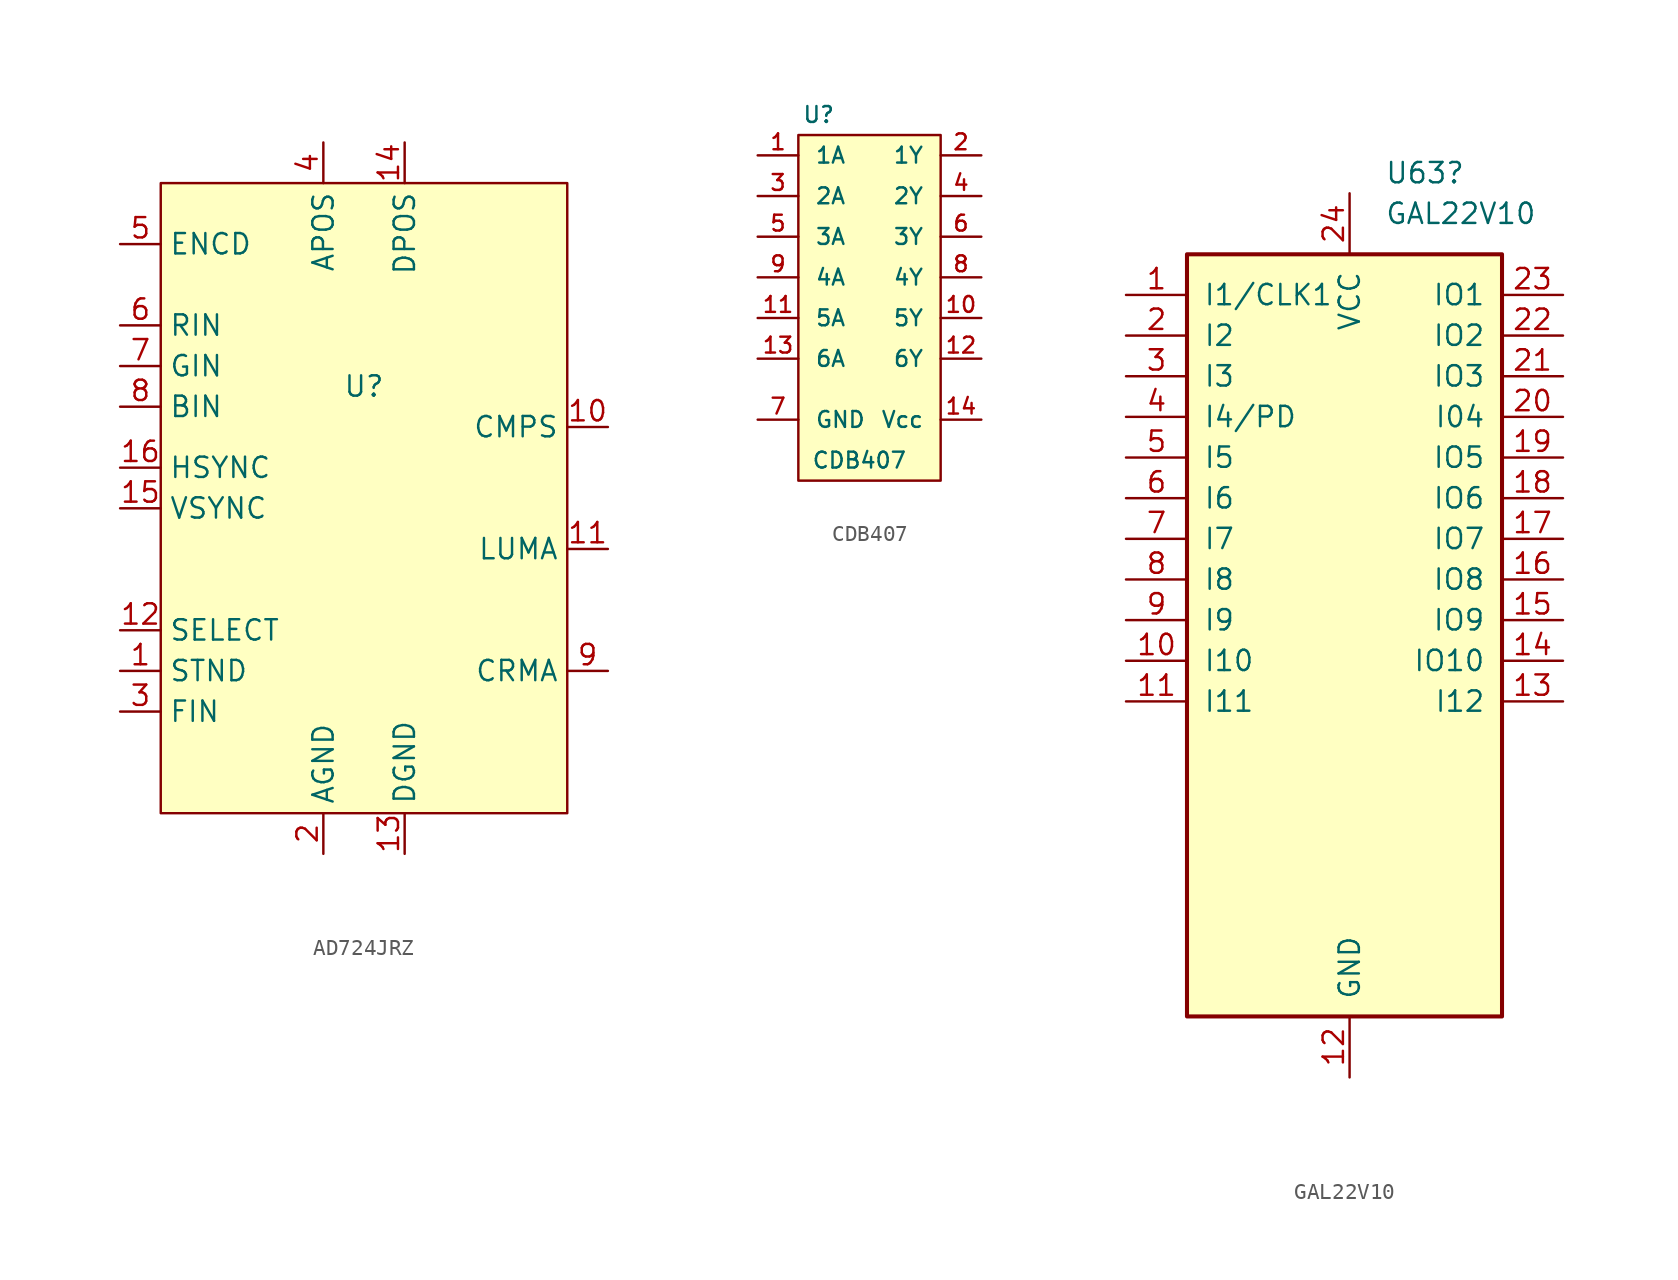
<source format=kicad_sym>
(kicad_symbol_lib
  (version 20220914)
  (generator kicad_symbol_editor)
  (symbol "AD724JRZ"
    (property "Reference" "U"
      (at 0 5.08 0)
      (effects (font (size 1.27 1.27))))
    (property "Value" ""
      (at 0 5.08 0)
      (effects (font (size 1.27 1.27))))
    (symbol "AD724JRZ_1_1"
      (rectangle (start -12.7 17.78) (end 12.7 -21.59) (stroke (width 0) (type default)) (fill (type background)))
      (pin input line (at -15.24 -12.7 0) (length 2.54) (name "STND" (effects (font (size 1.27 1.27)))) (number "1" (effects (font (size 1.27 1.27)))))
      (pin output line (at 15.24 2.54 180) (length 2.54) (name "CMPS" (effects (font (size 1.27 1.27)))) (number "10" (effects (font (size 1.27 1.27)))))
      (pin output line (at 15.24 -5.08 180) (length 2.54) (name "LUMA" (effects (font (size 1.27 1.27)))) (number "11" (effects (font (size 1.27 1.27)))))
      (pin input line (at -15.24 -10.16 0) (length 2.54) (name "SELECT" (effects (font (size 1.27 1.27)))) (number "12" (effects (font (size 1.27 1.27)))))
      (pin passive line (at 2.54 -24.13 90) (length 2.54) (name "DGND" (effects (font (size 1.27 1.27)))) (number "13" (effects (font (size 1.27 1.27)))))
      (pin power_in line (at 2.54 20.32 270) (length 2.54) (name "DPOS" (effects (font (size 1.27 1.27)))) (number "14" (effects (font (size 1.27 1.27)))))
      (pin input line (at -15.24 -2.54 0) (length 2.54) (name "VSYNC" (effects (font (size 1.27 1.27)))) (number "15" (effects (font (size 1.27 1.27)))))
      (pin input line (at -15.24 0 0) (length 2.54) (name "HSYNC" (effects (font (size 1.27 1.27)))) (number "16" (effects (font (size 1.27 1.27)))))
      (pin passive line (at -2.54 -24.13 90) (length 2.54) (name "AGND" (effects (font (size 1.27 1.27)))) (number "2" (effects (font (size 1.27 1.27)))))
      (pin input line (at -15.24 -15.24 0) (length 2.54) (name "FIN" (effects (font (size 1.27 1.27)))) (number "3" (effects (font (size 1.27 1.27)))))
      (pin power_in line (at -2.54 20.32 270) (length 2.54) (name "APOS" (effects (font (size 1.27 1.27)))) (number "4" (effects (font (size 1.27 1.27)))))
      (pin input line (at -15.24 13.97 0) (length 2.54) (name "ENCD" (effects (font (size 1.27 1.27)))) (number "5" (effects (font (size 1.27 1.27)))))
      (pin input line (at -15.24 8.89 0) (length 2.54) (name "RIN" (effects (font (size 1.27 1.27)))) (number "6" (effects (font (size 1.27 1.27)))))
      (pin input line (at -15.24 6.35 0) (length 2.54) (name "GIN" (effects (font (size 1.27 1.27)))) (number "7" (effects (font (size 1.27 1.27)))))
      (pin input line (at -15.24 3.81 0) (length 2.54) (name "BIN" (effects (font (size 1.27 1.27)))) (number "8" (effects (font (size 1.27 1.27)))))
      (pin output line (at 15.24 -12.7 180) (length 2.54) (name "CRMA" (effects (font (size 1.27 1.27)))) (number "9" (effects (font (size 1.27 1.27)))))))
  (symbol "CDB407"
    (pin_names
      (offset 1.016))
    (property "Reference" "U"
      (at -3.81 1.27 0)
      (effects (font (size 0.991 0.991))))
    (property "Value" "CDB407"
      (at -1.27 -20.32 0)
      (effects (font (size 0.991 0.991))))
    (symbol "CDB407_1_1"
      (rectangle (start -5.08 0) (end 3.81 -21.59) (stroke (width 0) (type solid)) (fill (type background)))
      (pin input line (at -7.62 -1.27 0) (length 2.54) (name "1A" (effects (font (size 0.991 0.991)))) (number "1" (effects (font (size 0.991 0.991)))))
      (pin open_collector line (at 6.35 -11.43 180) (length 2.54) (name "5Y" (effects (font (size 0.991 0.991)))) (number "10" (effects (font (size 0.991 0.991)))))
      (pin input line (at -7.62 -11.43 0) (length 2.54) (name "5A" (effects (font (size 0.991 0.991)))) (number "11" (effects (font (size 0.991 0.991)))))
      (pin open_collector line (at 6.35 -13.97 180) (length 2.54) (name "6Y" (effects (font (size 0.991 0.991)))) (number "12" (effects (font (size 0.991 0.991)))))
      (pin input line (at -7.62 -13.97 0) (length 2.54) (name "6A" (effects (font (size 0.991 0.991)))) (number "13" (effects (font (size 0.991 0.991)))))
      (pin power_in line (at 6.35 -17.78 180) (length 2.54) (name "Vcc" (effects (font (size 0.991 0.991)))) (number "14" (effects (font (size 0.991 0.991)))))
      (pin open_collector line (at 6.35 -1.27 180) (length 2.54) (name "1Y" (effects (font (size 0.991 0.991)))) (number "2" (effects (font (size 0.991 0.991)))))
      (pin input line (at -7.62 -3.81 0) (length 2.54) (name "2A" (effects (font (size 0.991 0.991)))) (number "3" (effects (font (size 0.991 0.991)))))
      (pin open_collector line (at 6.35 -3.81 180) (length 2.54) (name "2Y" (effects (font (size 0.991 0.991)))) (number "4" (effects (font (size 0.991 0.991)))))
      (pin input line (at -7.62 -6.35 0) (length 2.54) (name "3A" (effects (font (size 0.991 0.991)))) (number "5" (effects (font (size 0.991 0.991)))))
      (pin open_collector line (at 6.35 -6.35 180) (length 2.54) (name "3Y" (effects (font (size 0.991 0.991)))) (number "6" (effects (font (size 0.991 0.991)))))
      (pin power_in line (at -7.62 -17.78 0) (length 2.54) (name "GND" (effects (font (size 0.991 0.991)))) (number "7" (effects (font (size 0.991 0.991)))))
      (pin open_collector line (at 6.35 -8.89 180) (length 2.54) (name "4Y" (effects (font (size 0.991 0.991)))) (number "8" (effects (font (size 0.991 0.991)))))
      (pin input line (at -7.62 -8.89 0) (length 2.54) (name "4A" (effects (font (size 0.991 0.991)))) (number "9" (effects (font (size 0.991 0.991)))))))
  (symbol "GAL22V10"
    (pin_names
      (offset 1.016))
    (property "Reference" "U63"
      (at 3.464 20.32 0)
      (effects (font (size 1.27 1.27)) (justify left)))
    (property "Value" "GAL22V10"
      (at 3.464 17.78 0)
      (effects (font (size 1.27 1.27)) (justify left)))
    (symbol "GAL22V10_0_0"
      (pin power_in line (at 1.27 -36.195 90) (length 3.81) (name "GND" (effects (font (size 1.27 1.27)))) (number "12" (effects (font (size 1.27 1.27)))))
      (pin power_in line (at 1.27 19.05 270) (length 3.81) (name "VCC" (effects (font (size 1.27 1.27)))) (number "24" (effects (font (size 1.27 1.27))))))
    (symbol "GAL22V10_0_1"
      (rectangle (start -8.89 15.24) (end 10.795 -32.385) (stroke (width 0.254) (type default)) (fill (type background))))
    (symbol "GAL22V10_1_1"
      (pin input line (at -12.7 12.7 0) (length 3.81) (name "I1/CLK1" (effects (font (size 1.27 1.27)))) (number "1" (effects (font (size 1.27 1.27)))))
      (pin input line (at -12.7 -10.16 0) (length 3.81) (name "I10" (effects (font (size 1.27 1.27)))) (number "10" (effects (font (size 1.27 1.27)))))
      (pin input line (at -12.7 -12.7 0) (length 3.81) (name "I11" (effects (font (size 1.27 1.27)))) (number "11" (effects (font (size 1.27 1.27)))))
      (pin input line (at 14.605 -12.7 180) (length 3.81) (name "I12" (effects (font (size 1.27 1.27)))) (number "13" (effects (font (size 1.27 1.27)))))
      (pin tri_state line (at 14.605 -10.16 180) (length 3.81) (name "IO10" (effects (font (size 1.27 1.27)))) (number "14" (effects (font (size 1.27 1.27)))))
      (pin tri_state line (at 14.605 -7.62 180) (length 3.81) (name "IO9" (effects (font (size 1.27 1.27)))) (number "15" (effects (font (size 1.27 1.27)))))
      (pin tri_state line (at 14.605 -5.08 180) (length 3.81) (name "IO8" (effects (font (size 1.27 1.27)))) (number "16" (effects (font (size 1.27 1.27)))))
      (pin tri_state line (at 14.605 -2.54 180) (length 3.81) (name "IO7" (effects (font (size 1.27 1.27)))) (number "17" (effects (font (size 1.27 1.27)))))
      (pin tri_state line (at 14.605 0 180) (length 3.81) (name "IO6" (effects (font (size 1.27 1.27)))) (number "18" (effects (font (size 1.27 1.27)))))
      (pin tri_state line (at 14.605 2.54 180) (length 3.81) (name "IO5" (effects (font (size 1.27 1.27)))) (number "19" (effects (font (size 1.27 1.27)))))
      (pin input line (at -12.7 10.16 0) (length 3.81) (name "I2" (effects (font (size 1.27 1.27)))) (number "2" (effects (font (size 1.27 1.27)))))
      (pin tri_state line (at 14.605 5.08 180) (length 3.81) (name "I04" (effects (font (size 1.27 1.27)))) (number "20" (effects (font (size 1.27 1.27)))))
      (pin tri_state line (at 14.605 7.62 180) (length 3.81) (name "IO3" (effects (font (size 1.27 1.27)))) (number "21" (effects (font (size 1.27 1.27)))))
      (pin tri_state line (at 14.605 10.16 180) (length 3.81) (name "IO2" (effects (font (size 1.27 1.27)))) (number "22" (effects (font (size 1.27 1.27)))))
      (pin tri_state line (at 14.605 12.7 180) (length 3.81) (name "IO1" (effects (font (size 1.27 1.27)))) (number "23" (effects (font (size 1.27 1.27)))))
      (pin input line (at -12.7 7.62 0) (length 3.81) (name "I3" (effects (font (size 1.27 1.27)))) (number "3" (effects (font (size 1.27 1.27)))))
      (pin input line (at -12.7 5.08 0) (length 3.81) (name "I4/PD" (effects (font (size 1.27 1.27)))) (number "4" (effects (font (size 1.27 1.27)))))
      (pin input line (at -12.7 2.54 0) (length 3.81) (name "I5" (effects (font (size 1.27 1.27)))) (number "5" (effects (font (size 1.27 1.27)))))
      (pin input line (at -12.7 0 0) (length 3.81) (name "I6" (effects (font (size 1.27 1.27)))) (number "6" (effects (font (size 1.27 1.27)))))
      (pin input line (at -12.7 -2.54 0) (length 3.81) (name "I7" (effects (font (size 1.27 1.27)))) (number "7" (effects (font (size 1.27 1.27)))))
      (pin input line (at -12.7 -5.08 0) (length 3.81) (name "I8" (effects (font (size 1.27 1.27)))) (number "8" (effects (font (size 1.27 1.27)))))
      (pin input line (at -12.7 -7.62 0) (length 3.81) (name "I9" (effects (font (size 1.27 1.27)))) (number "9" (effects (font (size 1.27 1.27))))))))
</source>
